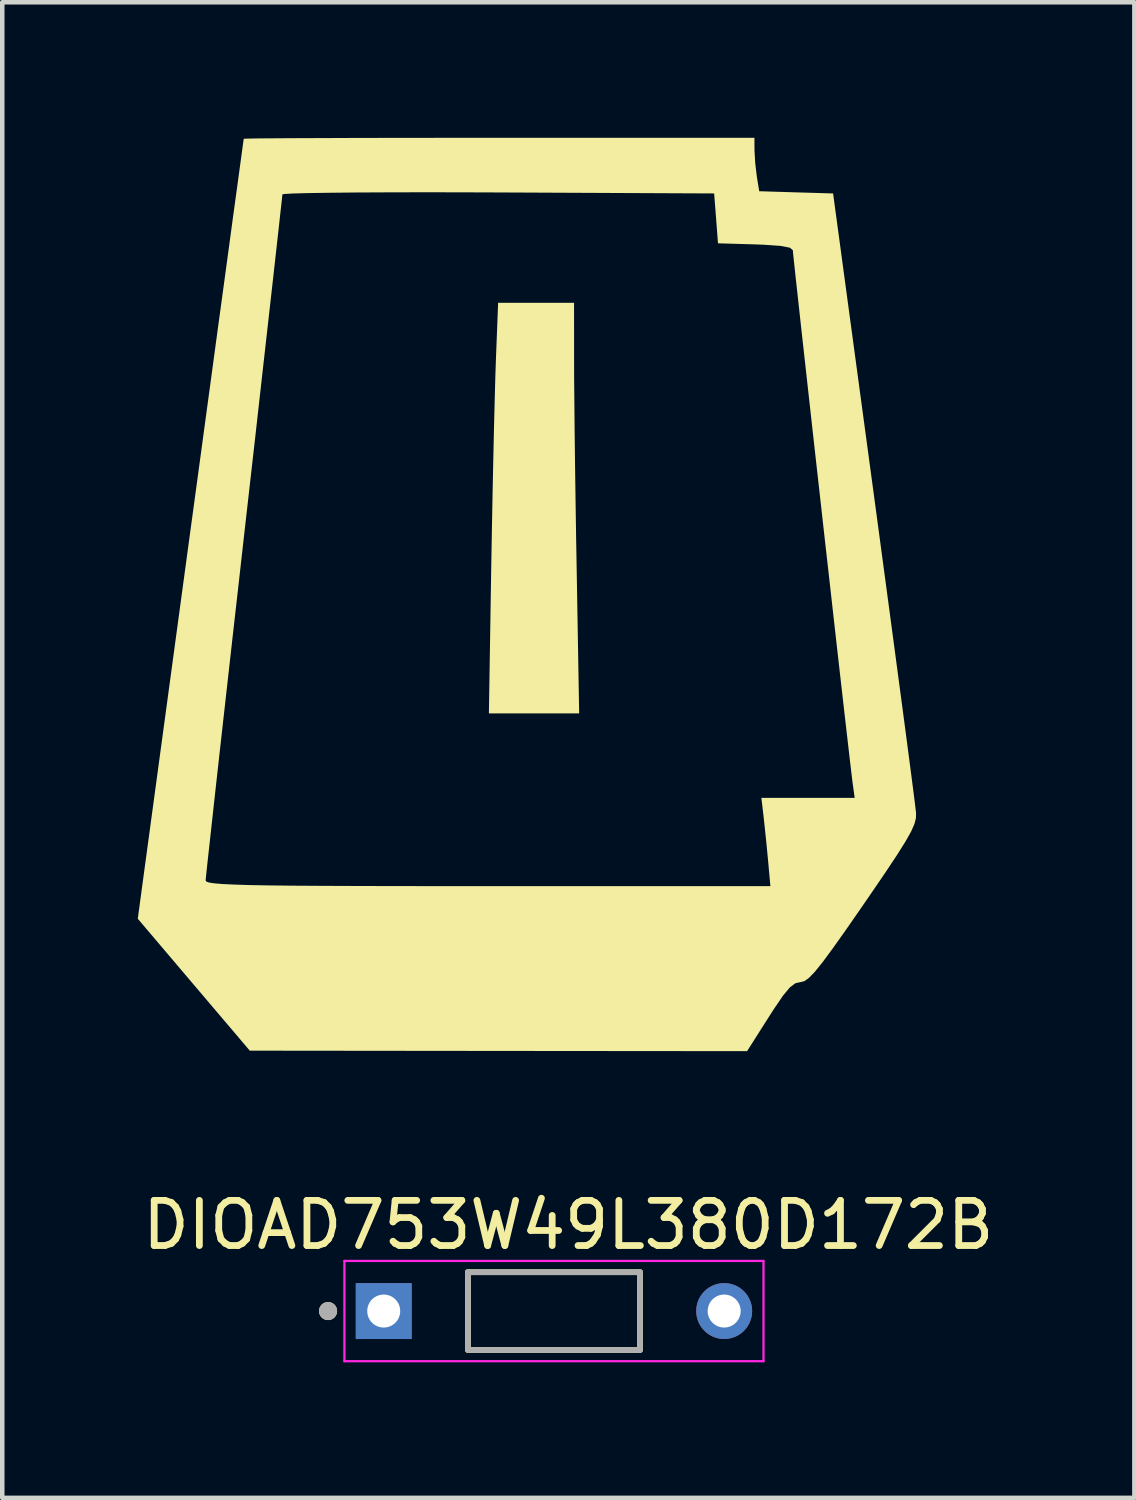
<source format=kicad_pcb>
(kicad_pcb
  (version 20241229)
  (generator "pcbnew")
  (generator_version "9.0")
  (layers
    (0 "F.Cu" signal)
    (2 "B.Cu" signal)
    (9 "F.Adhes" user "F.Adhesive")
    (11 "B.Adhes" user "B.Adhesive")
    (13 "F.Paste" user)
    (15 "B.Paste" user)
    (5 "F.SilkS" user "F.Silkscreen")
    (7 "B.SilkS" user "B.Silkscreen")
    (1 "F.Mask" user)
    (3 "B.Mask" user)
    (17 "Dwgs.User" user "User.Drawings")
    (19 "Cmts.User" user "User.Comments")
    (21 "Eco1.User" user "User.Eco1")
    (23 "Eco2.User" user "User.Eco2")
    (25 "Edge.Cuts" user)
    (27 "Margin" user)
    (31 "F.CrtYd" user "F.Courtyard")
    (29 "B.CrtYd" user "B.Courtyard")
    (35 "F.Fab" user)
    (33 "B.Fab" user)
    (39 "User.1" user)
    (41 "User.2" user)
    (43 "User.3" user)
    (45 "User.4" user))
  (footprint "DIOAD753W49L380D172B"
    (layer "F.Cu")
    (at 9.212 25.971)
    (property "Reference" "DIOAD753W49L380D172B" (at 0.318 -1.905 0) (layer "F.SilkS") (effects (font (size 1 1) (thickness 0.15))))
    (attr through_hole)
    (fp_line (start -1.903 -0.86) (end 1.903 -0.86) (stroke (width 0.127) (type solid)) (layer "F.SilkS"))
    (fp_line (start -1.903 0.86) (end -1.903 -0.86) (stroke (width 0.127) (type solid)) (layer "F.SilkS"))
    (fp_line (start 1.903 -0.86) (end 1.903 0.86) (stroke (width 0.127) (type solid)) (layer "F.SilkS"))
    (fp_line (start 1.903 0.86) (end -1.903 0.86) (stroke (width 0.127) (type solid)) (layer "F.SilkS"))
    (fp_circle (center -5 0) (end -4.9 0) (stroke (width 0.2) (type solid)) (fill no) (layer "F.SilkS"))
    (fp_line (start -4.638 -1.11) (end 4.638 -1.11) (stroke (width 0.05) (type solid)) (layer "F.CrtYd"))
    (fp_line (start -4.638 1.11) (end -4.638 -1.11) (stroke (width 0.05) (type solid)) (layer "F.CrtYd"))
    (fp_line (start 4.638 -1.11) (end 4.638 1.11) (stroke (width 0.05) (type solid)) (layer "F.CrtYd"))
    (fp_line (start 4.638 1.11) (end -4.638 1.11) (stroke (width 0.05) (type solid)) (layer "F.CrtYd"))
    (fp_line (start -1.903 -0.86) (end 1.903 -0.86) (stroke (width 0.127) (type solid)) (layer "F.Fab"))
    (fp_line (start -1.903 0.86) (end -1.903 -0.86) (stroke (width 0.127) (type solid)) (layer "F.Fab"))
    (fp_line (start 1.903 -0.86) (end 1.903 0.86) (stroke (width 0.127) (type solid)) (layer "F.Fab"))
    (fp_line (start 1.903 0.86) (end -1.903 0.86) (stroke (width 0.127) (type solid)) (layer "F.Fab"))
    (fp_circle (center -5 0) (end -4.9 0) (stroke (width 0.2) (type solid)) (fill no) (layer "F.Fab"))
    (pad "A" thru_hole circle (at 3.768 0) (size 1.238 1.238) (drill 0.73) (layers "*.Cu" "*.Mask"))
    (pad "K" thru_hole rect (at -3.768 0) (size 1.238 1.238) (drill 0.73) (layers "*.Cu" "*.Mask")))
  (footprint "d"
    (layer "F.Cu")
    (at 8.638 10.109)
    (property "Reference" "d" (at 0 0 0) (layer "F.SilkS") (effects (font (size 1.5 1.5) (thickness 0.3))))
    (attr board_only exclude_from_pos_files exclude_from_bom)
    (fp_poly (pts (xy 1.02 -5.161) (xy 1.021 -4.769) (xy 1.026 -4.237) (xy 1.032 -3.595) (xy 1.041 -2.871) (xy 1.052 -2.095) (xy 1.064 -1.298) (xy 1.076 -0.616) (xy 1.132 2.633) (xy 0.133 2.633) (xy -0.866 2.633) (xy -0.814 -0.616) (xy -0.8 -1.409) (xy -0.785 -2.205) (xy -0.769 -2.975) (xy -0.753 -3.69) (xy -0.737 -4.319) (xy -0.723 -4.833) (xy -0.712 -5.161) (xy -0.662 -6.456) (xy 0.179 -6.456) (xy 1.019 -6.456)) (stroke (width 0) (type solid)) (fill yes) (layer "F.SilkS"))
    (fp_poly (pts (xy 5.013 -9.833) (xy 5.029 -9.55) (xy 5.065 -9.249) (xy 5.066 -9.241) (xy 5.118 -8.926) (xy 5.936 -8.901) (xy 6.753 -8.877) (xy 7.661 -2.166) (xy 7.803 -1.111) (xy 7.939 -0.099) (xy 8.067 0.856) (xy 8.185 1.74) (xy 8.292 2.541) (xy 8.385 3.244) (xy 8.463 3.837) (xy 8.524 4.307) (xy 8.566 4.639) (xy 8.587 4.82) (xy 8.59 4.844) (xy 8.586 4.954) (xy 8.553 5.082) (xy 8.48 5.247) (xy 8.355 5.469) (xy 8.168 5.766) (xy 7.908 6.158) (xy 7.564 6.662) (xy 7.427 6.861) (xy 7.049 7.407) (xy 6.751 7.827) (xy 6.523 8.136) (xy 6.35 8.351) (xy 6.22 8.486) (xy 6.121 8.557) (xy 6.039 8.58) (xy 6.031 8.58) (xy 5.918 8.606) (xy 5.797 8.697) (xy 5.646 8.878) (xy 5.445 9.173) (xy 5.334 9.346) (xy 4.849 10.109) (xy -0.655 10.104) (xy -6.159 10.098) (xy -7.399 8.638) (xy -8.638 7.178) (xy -8.524 6.333) (xy -7.136 6.333) (xy -7.118 6.356) (xy -7.059 6.377) (xy -6.946 6.394) (xy -6.769 6.409) (xy -6.517 6.421) (xy -6.179 6.432) (xy -5.744 6.44) (xy -5.202 6.446) (xy -4.541 6.45) (xy -3.75 6.453) (xy -2.819 6.455) (xy -1.737 6.456) (xy -0.885 6.456) (xy 5.365 6.456) (xy 5.313 5.883) (xy 5.277 5.51) (xy 5.238 5.136) (xy 5.213 4.906) (xy 5.166 4.502) (xy 6.199 4.502) (xy 7.231 4.502) (xy 7.181 4.141) (xy 7.162 3.983) (xy 7.126 3.679) (xy 7.076 3.245) (xy 7.013 2.7) (xy 6.94 2.059) (xy 6.858 1.339) (xy 6.77 0.557) (xy 6.677 -0.27) (xy 6.58 -1.126) (xy 6.483 -1.993) (xy 6.386 -2.856) (xy 6.292 -3.696) (xy 6.203 -4.498) (xy 6.12 -5.244) (xy 6.045 -5.919) (xy 5.981 -6.504) (xy 5.928 -6.984) (xy 5.89 -7.341) (xy 5.867 -7.559) (xy 5.862 -7.621) (xy 5.796 -7.676) (xy 5.59 -7.716) (xy 5.232 -7.741) (xy 5.033 -7.749) (xy 4.205 -7.773) (xy 4.163 -8.325) (xy 4.12 -8.877) (xy -0.658 -8.899) (xy -1.542 -8.902) (xy -2.372 -8.903) (xy -3.135 -8.901) (xy -3.814 -8.898) (xy -4.394 -8.892) (xy -4.862 -8.885) (xy -5.2 -8.876) (xy -5.395 -8.865) (xy -5.437 -8.857) (xy -5.446 -8.765) (xy -5.474 -8.516) (xy -5.517 -8.122) (xy -5.576 -7.597) (xy -5.648 -6.951) (xy -5.733 -6.196) (xy -5.829 -5.346) (xy -5.934 -4.412) (xy -6.047 -3.405) (xy -6.168 -2.34) (xy -6.287 -1.291) (xy -6.412 -0.179) (xy -6.533 0.887) (xy -6.646 1.893) (xy -6.751 2.827) (xy -6.846 3.678) (xy -6.93 4.432) (xy -7.001 5.078) (xy -7.059 5.604) (xy -7.102 5.996) (xy -7.128 6.244) (xy -7.136 6.333) (xy -8.524 6.333) (xy -7.469 -1.444) (xy -7.307 -2.634) (xy -7.152 -3.776) (xy -7.005 -4.858) (xy -6.868 -5.87) (xy -6.741 -6.8) (xy -6.627 -7.637) (xy -6.528 -8.37) (xy -6.443 -8.988) (xy -6.376 -9.479) (xy -6.328 -9.833) (xy -6.3 -10.038) (xy -6.292 -10.088) (xy -6.209 -10.091) (xy -5.969 -10.095) (xy -5.588 -10.098) (xy -5.078 -10.101) (xy -4.454 -10.103) (xy -3.731 -10.106) (xy -2.921 -10.107) (xy -2.039 -10.108) (xy -1.099 -10.109) (xy -0.637 -10.109) (xy 5.012 -10.109)) (stroke (width 0) (type solid)) (fill yes) (layer "F.SilkS")))
  (gr_rect
    (start -3 -3)
    (end 22.06 30.106)
    (stroke (width 0.1) (type default))
    (fill no)
    (layer "Edge.Cuts")))
</source>
